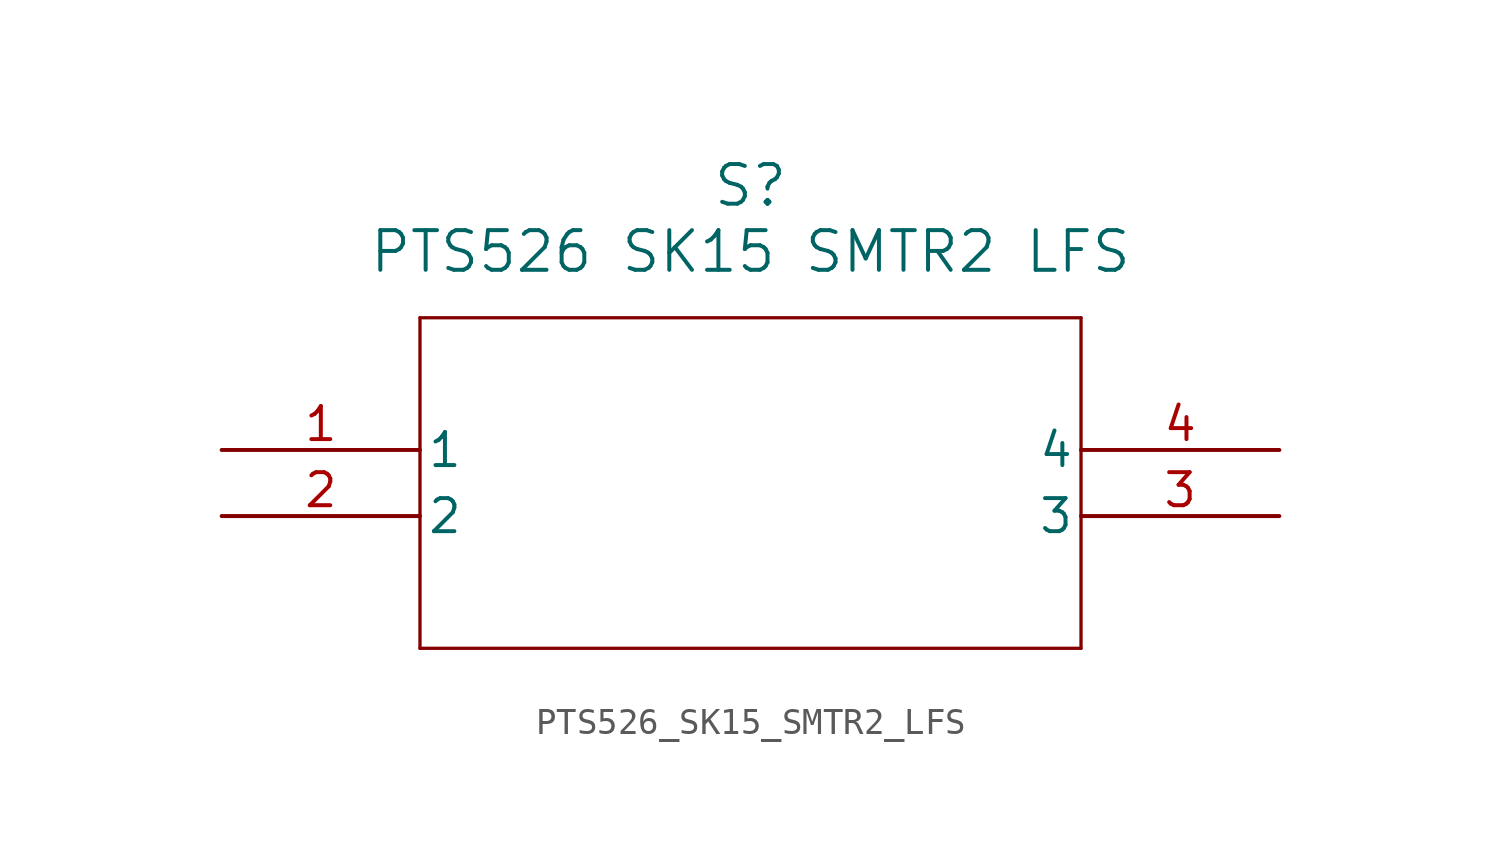
<source format=kicad_sym>
(kicad_symbol_lib
  (version 20241209)
  (generator "kicad_symbol_editor")
  (generator_version "9.0")
  (symbol "PTS526_SK15_SMTR2_LFS"
    (pin_names
      (offset 0.254))
    (property "Reference" "S"
      (at 20.32 10.16 0)
      (effects (font (size 1.524 1.524))))
    (property "Value" "PTS526 SK15 SMTR2 LFS"
      (at 20.32 7.62 0)
      (effects (font (size 1.524 1.524))))
    (property "ki_locked" ""
      (at 0 0 0)
      (effects (font (size 1.27 1.27))))
    (symbol "PTS526_SK15_SMTR2_LFS_0_1"
      (polyline (pts (xy 7.62 5.08) (xy 7.62 -7.62)) (stroke (width 0.127) (type default)) (fill (type none)))
      (polyline (pts (xy 7.62 -7.62) (xy 33.02 -7.62)) (stroke (width 0.127) (type default)) (fill (type none)))
      (polyline (pts (xy 33.02 5.08) (xy 7.62 5.08)) (stroke (width 0.127) (type default)) (fill (type none)))
      (polyline (pts (xy 33.02 -7.62) (xy 33.02 5.08)) (stroke (width 0.127) (type default)) (fill (type none)))
      (pin unspecified line (at 0 0 0) (length 7.62) (name "1" (effects (font (size 1.27 1.27)))) (number "1" (effects (font (size 1.27 1.27)))))
      (pin unspecified line (at 0 -2.54 0) (length 7.62) (name "2" (effects (font (size 1.27 1.27)))) (number "2" (effects (font (size 1.27 1.27)))))
      (pin unspecified line (at 40.64 0 180) (length 7.62) (name "4" (effects (font (size 1.27 1.27)))) (number "4" (effects (font (size 1.27 1.27)))))
      (pin unspecified line (at 40.64 -2.54 180) (length 7.62) (name "3" (effects (font (size 1.27 1.27)))) (number "3" (effects (font (size 1.27 1.27))))))))
</source>
